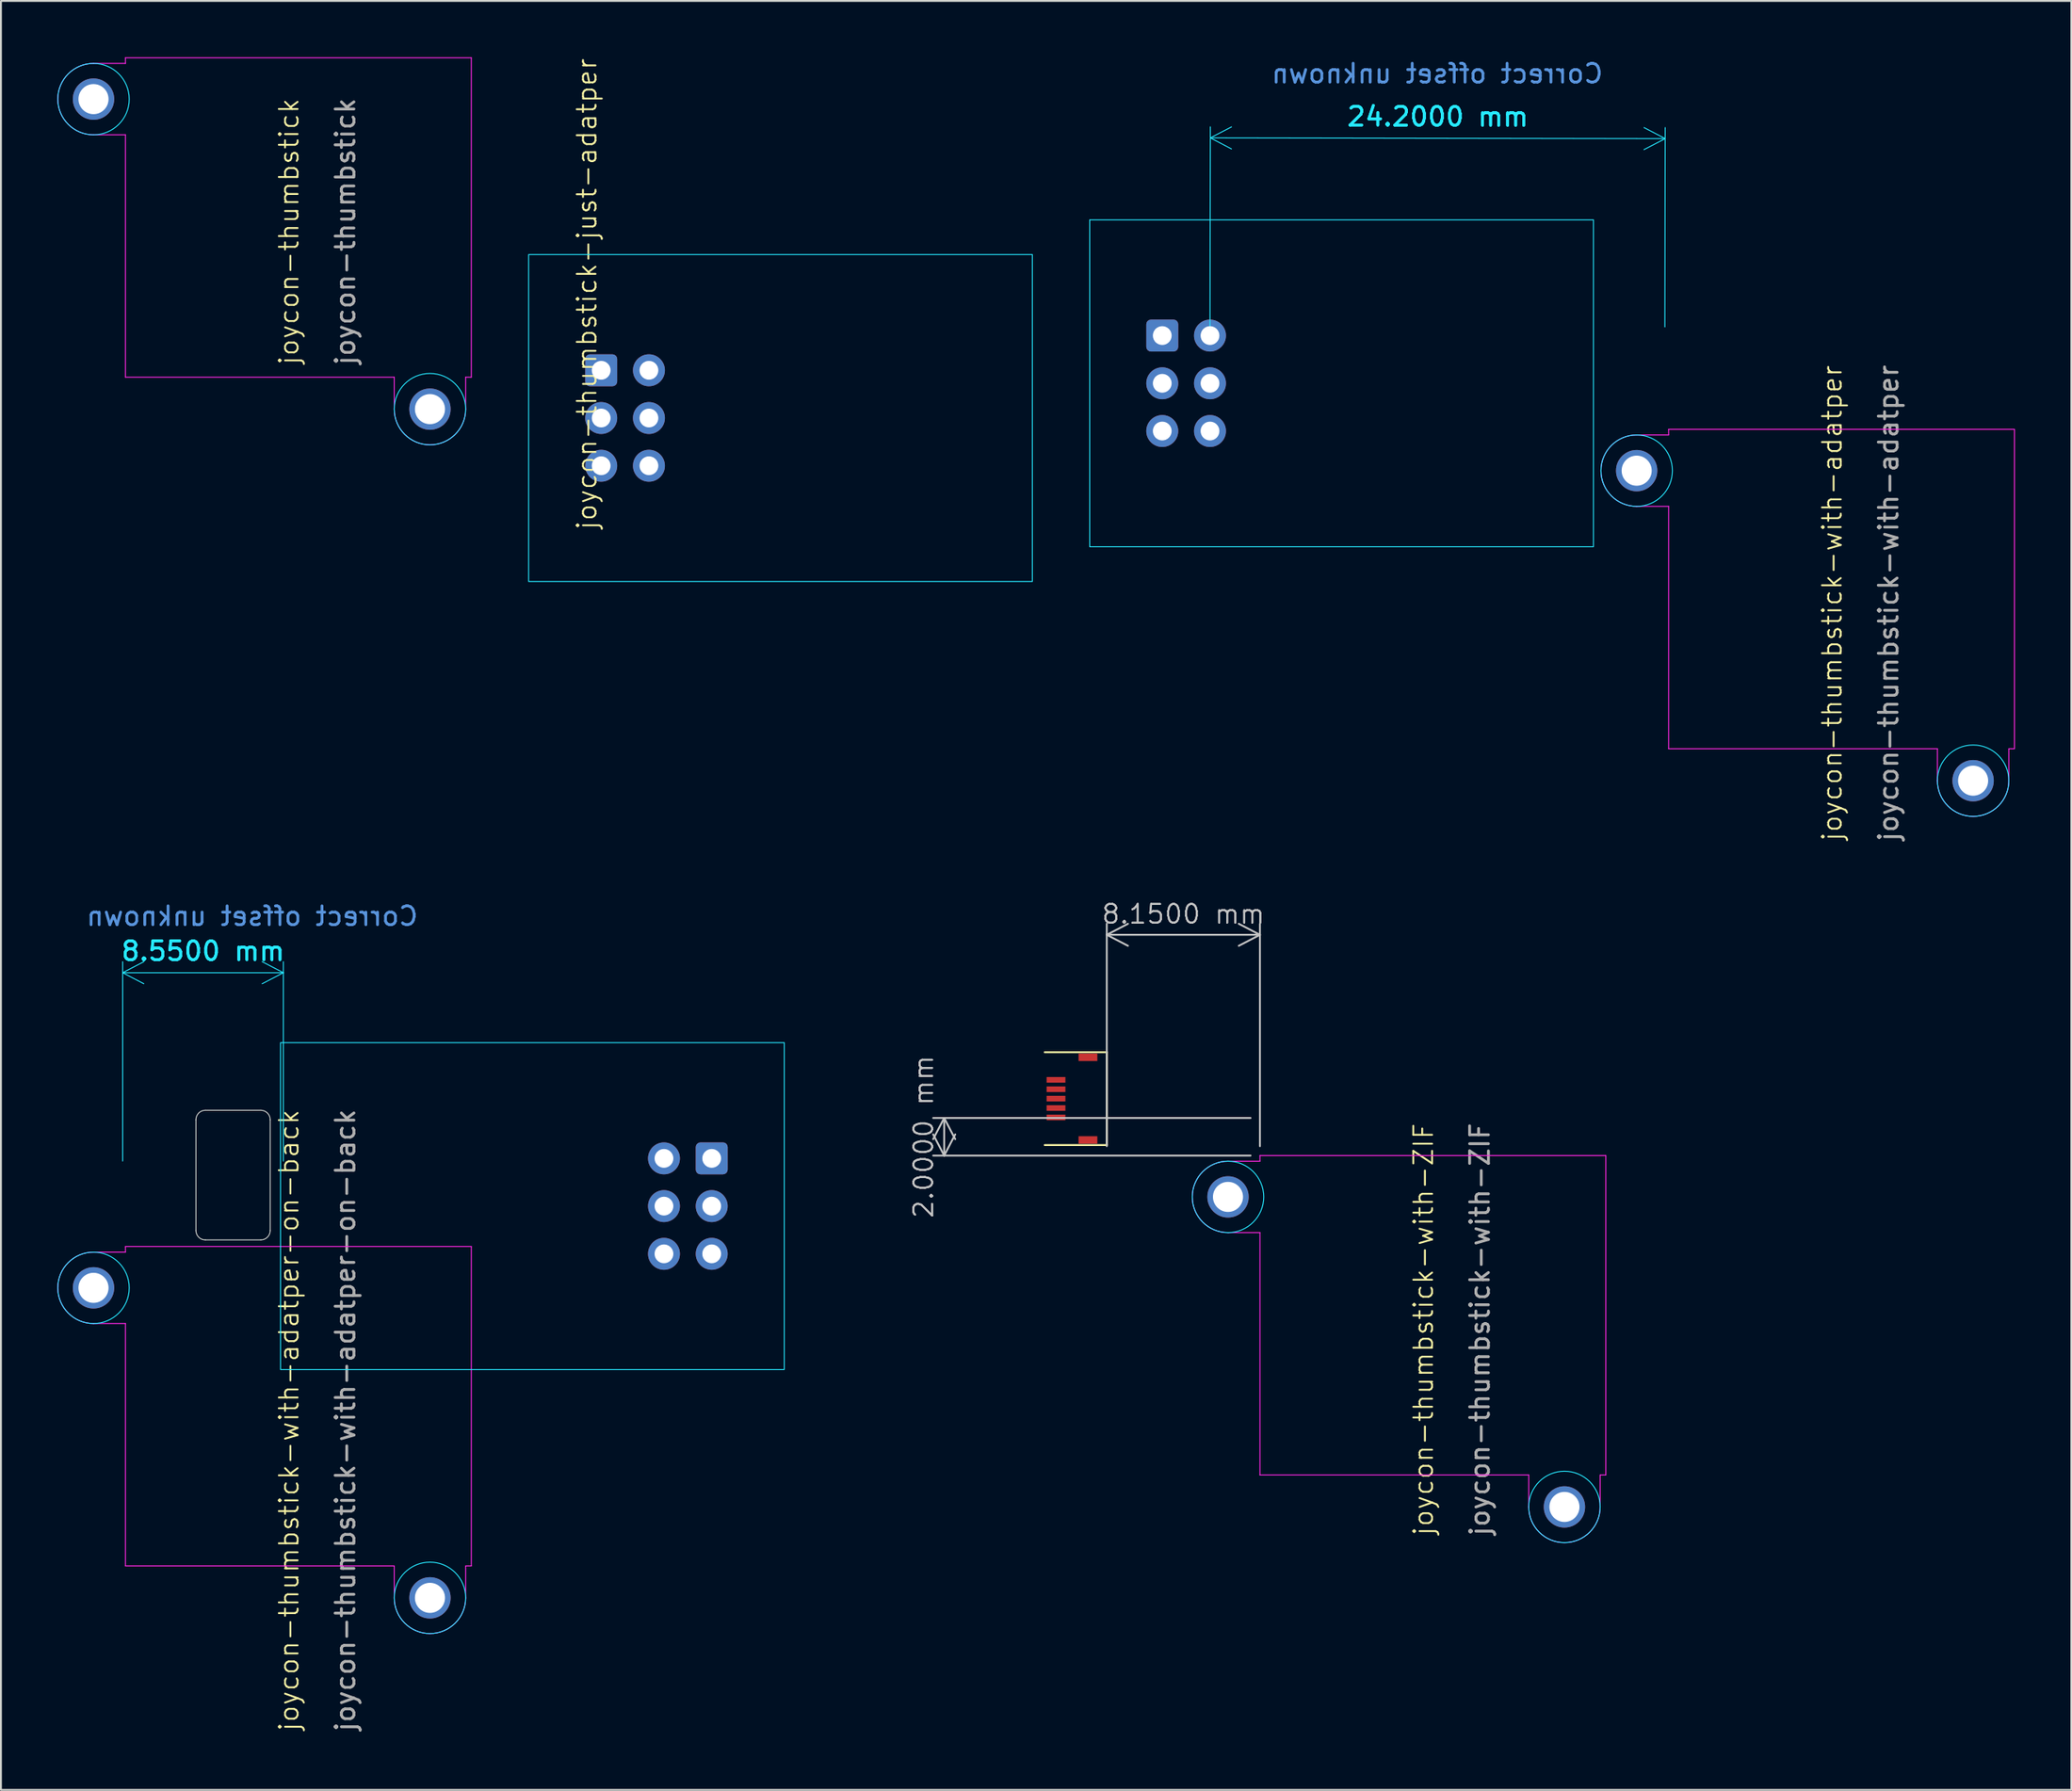
<source format=kicad_pcb>
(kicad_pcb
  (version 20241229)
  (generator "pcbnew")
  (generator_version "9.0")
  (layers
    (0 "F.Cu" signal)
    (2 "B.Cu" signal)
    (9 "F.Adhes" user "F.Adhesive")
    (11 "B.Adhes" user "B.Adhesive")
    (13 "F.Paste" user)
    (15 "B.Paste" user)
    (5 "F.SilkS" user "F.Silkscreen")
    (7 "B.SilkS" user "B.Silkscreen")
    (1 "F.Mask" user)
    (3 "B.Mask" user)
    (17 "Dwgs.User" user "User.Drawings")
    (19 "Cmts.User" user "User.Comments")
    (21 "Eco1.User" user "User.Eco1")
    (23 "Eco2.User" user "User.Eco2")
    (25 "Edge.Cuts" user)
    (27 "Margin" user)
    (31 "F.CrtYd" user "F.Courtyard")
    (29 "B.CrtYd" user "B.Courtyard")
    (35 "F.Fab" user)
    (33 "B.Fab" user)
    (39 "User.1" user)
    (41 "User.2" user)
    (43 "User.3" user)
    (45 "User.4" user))
  (footprint "joycon-thumbstick-with-adatper-on-back"
    (layer "F.Cu")
    (at 11.025 74.342)
    (property "Reference" "joycon-thumbstick-with-adatper-on-back" (at 1.3 -1.8 90) (unlocked yes) (layer "F.SilkS") (effects (font (size 1 1) (thickness 0.1))))
    (attr smd)
    (fp_line (start -3.65 -11.9) (end -3.65 -17.8) (stroke (width 0.05) (type default)) (layer "Edge.Cuts"))
    (fp_line (start -3.15 -18.3) (end -0.2 -18.3) (stroke (width 0.05) (type default)) (layer "Edge.Cuts"))
    (fp_line (start -0.2 -11.4) (end -3.15 -11.4) (stroke (width 0.05) (type default)) (layer "Edge.Cuts"))
    (fp_line (start 0.3 -17.8) (end 0.3 -11.9) (stroke (width 0.05) (type default)) (layer "Edge.Cuts"))
    (fp_arc (start -3.65 -17.8) (mid -3.503553 -18.153553) (end -3.15 -18.3) (stroke (width 0.05) (type default)) (layer "Edge.Cuts"))
    (fp_arc (start -3.15 -11.4) (mid -3.503553 -11.546447) (end -3.65 -11.9) (stroke (width 0.05) (type default)) (layer "Edge.Cuts"))
    (fp_arc (start -0.2 -18.3) (mid 0.153553 -18.153553) (end 0.3 -17.8) (stroke (width 0.05) (type default)) (layer "Edge.Cuts"))
    (fp_arc (start 0.3 -11.9) (mid 0.153553 -11.546447) (end -0.2 -11.4) (stroke (width 0.05) (type default)) (layer "Edge.Cuts"))
    (fp_rect (start 27.65 -21.9) (end 0.85 -4.5) (stroke (width 0.05) (type default)) (fill no) (layer "B.CrtYd"))
    (fp_circle (center -9.1 -8.85) (end -9.1 -10.75) (stroke (width 0.05) (type default)) (fill no) (layer "B.CrtYd"))
    (fp_circle (center 8.8 7.65) (end 8.8 5.75) (stroke (width 0.05) (type default)) (fill no) (layer "B.CrtYd"))
    (fp_line (start -9.1 -10.75) (end -7.4 -10.75) (stroke (width 0.05) (type default)) (layer "F.CrtYd"))
    (fp_line (start -9.1 -6.95) (end -7.4 -6.95) (stroke (width 0.05) (type default)) (layer "F.CrtYd"))
    (fp_line (start -7.4 -11.05) (end 11 -11.05) (stroke (width 0.05) (type default)) (layer "F.CrtYd"))
    (fp_line (start -7.4 -10.75) (end -7.4 -11.05) (stroke (width 0.05) (type default)) (layer "F.CrtYd"))
    (fp_line (start -7.4 5.95) (end -7.4 -6.95) (stroke (width 0.05) (type default)) (layer "F.CrtYd"))
    (fp_line (start 6.9 5.95) (end -7.4 5.95) (stroke (width 0.05) (type default)) (layer "F.CrtYd"))
    (fp_line (start 6.9 5.95) (end 6.9 7.65) (stroke (width 0.05) (type default)) (layer "F.CrtYd"))
    (fp_line (start 10.7 7.65) (end 10.7 5.95) (stroke (width 0.05) (type default)) (layer "F.CrtYd"))
    (fp_line (start 11 -11.05) (end 11 5.95) (stroke (width 0.05) (type default)) (layer "F.CrtYd"))
    (fp_line (start 11 5.95) (end 10.7 5.95) (stroke (width 0.05) (type default)) (layer "F.CrtYd"))
    (fp_arc (start -9.1 -6.95) (mid -11 -8.85) (end -9.1 -10.75) (stroke (width 0.05) (type default)) (layer "F.CrtYd"))
    (fp_arc (start 10.7 7.65) (mid 8.8 9.55) (end 6.9 7.65) (stroke (width 0.05) (type default)) (layer "F.CrtYd"))
    (fp_line (start 24.11 -16.06) (end 24.11 -15.42) (stroke (width 0.1) (type solid)) (layer "B.Fab"))
    (fp_line (start 24.11 -13.52) (end 24.11 -12.88) (stroke (width 0.1) (type solid)) (layer "B.Fab"))
    (fp_line (start 24.11 -10.98) (end 24.11 -10.34) (stroke (width 0.1) (type solid)) (layer "B.Fab"))
    (fp_text user "Correct offset unknown" (at 8.25 -28.05 0) (unlocked yes) (layer "Cmts.User") (effects (font (size 1 1) (thickness 0.15)) (justify left bottom mirror)))
    (fp_text user "${REFERENCE}" (at 4.3 -1.8 90) (unlocked yes) (layer "F.Fab") (effects (font (size 1 1) (thickness 0.15))))
    (dimension (type aligned) (layer "B.CrtYd") (pts (xy 3.475 59.242) (xy 12.025 59.242)) (height -10.522) (format (prefix "") (suffix "") (units 3) (units_format 1) (precision 4)) (style (thickness 0.05) (arrow_length 1.27) (text_position_mode 0) (arrow_direction outward) (extension_height 0.586) (extension_offset 0.5) (keep_text_aligned yes)) (gr_text "8.5500 mm" (at 7.75 47.57 0) (layer "B.CrtYd") (effects (font (size 1 1) (thickness 0.15)))))
    (pad "" np_thru_hole circle (at -9.1 -8.85 90) (size 2.2 2.2) (drill 1.6) (layers "*.Cu" "*.Mask"))
    (pad "" np_thru_hole circle (at 8.8 7.65 180) (size 2.2 2.2) (drill 1.6) (layers "*.Cu" "*.Mask"))
    (pad "1" thru_hole roundrect (at 23.79 -15.74) (size 1.7 1.7) (drill 1) (layers "*.Cu" "*.Mask") (roundrect_rratio 0.147))
    (pad "2" thru_hole circle (at 21.25 -15.74) (size 1.7 1.7) (drill 1) (layers "*.Cu" "*.Mask"))
    (pad "3" thru_hole circle (at 23.79 -13.2) (size 1.7 1.7) (drill 1) (layers "*.Cu" "*.Mask"))
    (pad "4" thru_hole circle (at 21.25 -13.2) (size 1.7 1.7) (drill 1) (layers "*.Cu" "*.Mask"))
    (pad "5" thru_hole circle (at 23.79 -10.66) (size 1.7 1.7) (drill 1) (layers "*.Cu" "*.Mask"))
    (pad "6" thru_hole circle (at 21.25 -10.66) (size 1.7 1.7) (drill 1) (layers "*.Cu" "*.Mask")))
  (footprint "joycon-thumbstick-just-adatper"
    (layer "F.Cu")
    (at 28.875 16.698)
    (property "Reference" "joycon-thumbstick-just-adatper" (at -0.7 -4.1 90) (unlocked yes) (layer "F.SilkS") (effects (font (size 1 1) (thickness 0.1))))
    (attr smd)
    (fp_rect (start -3.8 -6.2) (end 23 11.2) (stroke (width 0.05) (type default)) (fill no) (layer "B.CrtYd"))
    (fp_line (start -0.26 -0.36) (end -0.26 0.28) (stroke (width 0.1) (type solid)) (layer "F.Fab"))
    (fp_line (start -0.26 2.18) (end -0.26 2.82) (stroke (width 0.1) (type solid)) (layer "F.Fab"))
    (fp_line (start -0.26 4.72) (end -0.26 5.36) (stroke (width 0.1) (type solid)) (layer "F.Fab"))
    (pad "1" thru_hole roundrect (at 0.06 -0.04) (size 1.7 1.7) (drill 1) (layers "*.Cu" "*.Mask") (roundrect_rratio 0.147))
    (pad "2" thru_hole circle (at 2.6 -0.04) (size 1.7 1.7) (drill 1) (layers "*.Cu" "*.Mask"))
    (pad "3" thru_hole circle (at 0.06 2.5) (size 1.7 1.7) (drill 1) (layers "*.Cu" "*.Mask"))
    (pad "4" thru_hole circle (at 2.6 2.5) (size 1.7 1.7) (drill 1) (layers "*.Cu" "*.Mask"))
    (pad "5" thru_hole circle (at 0.06 5.04) (size 1.7 1.7) (drill 1) (layers "*.Cu" "*.Mask"))
    (pad "6" thru_hole circle (at 2.6 5.04) (size 1.7 1.7) (drill 1) (layers "*.Cu" "*.Mask")))
  (footprint "joycon-thumbstick"
    (layer "F.Cu")
    (at 12.125 12.175)
    (property "Reference" "joycon-thumbstick" (at 0.2 -2.9 90) (unlocked yes) (layer "F.SilkS") (effects (font (size 1 1) (thickness 0.1))))
    (attr smd)
    (fp_circle (center -10.2 -9.95) (end -10.2 -11.85) (stroke (width 0.05) (type default)) (fill no) (layer "B.CrtYd"))
    (fp_circle (center 7.7 6.55) (end 7.7 4.65) (stroke (width 0.05) (type default)) (fill no) (layer "B.CrtYd"))
    (fp_line (start -10.2 -11.85) (end -8.5 -11.85) (stroke (width 0.05) (type default)) (layer "F.CrtYd"))
    (fp_line (start -8.5 -12.15) (end 9.9 -12.15) (stroke (width 0.05) (type default)) (layer "F.CrtYd"))
    (fp_line (start -8.5 -11.85) (end -8.5 -12.15) (stroke (width 0.05) (type default)) (layer "F.CrtYd"))
    (fp_line (start -8.5 -8.05) (end -10.2 -8.05) (stroke (width 0.05) (type default)) (layer "F.CrtYd"))
    (fp_line (start -8.5 4.85) (end -8.5 -8.05) (stroke (width 0.05) (type default)) (layer "F.CrtYd"))
    (fp_line (start 5.8 4.85) (end -8.5 4.85) (stroke (width 0.05) (type default)) (layer "F.CrtYd"))
    (fp_line (start 5.8 4.85) (end 5.8 6.55) (stroke (width 0.05) (type default)) (layer "F.CrtYd"))
    (fp_line (start 9.6 4.85) (end 9.9 4.85) (stroke (width 0.05) (type default)) (layer "F.CrtYd"))
    (fp_line (start 9.6 6.55) (end 9.6 4.85) (stroke (width 0.05) (type default)) (layer "F.CrtYd"))
    (fp_line (start 9.9 -12.15) (end 9.9 4.85) (stroke (width 0.05) (type default)) (layer "F.CrtYd"))
    (fp_arc (start -10.2 -8.05) (mid -12.1 -9.95) (end -10.2 -11.85) (stroke (width 0.05) (type default)) (layer "F.CrtYd"))
    (fp_arc (start 9.6 6.55) (mid 7.7 8.45) (end 5.8 6.55) (stroke (width 0.05) (type default)) (layer "F.CrtYd"))
    (fp_text user "${REFERENCE}" (at 3.2 -2.9 90) (unlocked yes) (layer "F.Fab") (effects (font (size 1 1) (thickness 0.15))))
    (pad "" np_thru_hole circle (at -10.2 -9.95 90) (size 2.2 2.2) (drill 1.6) (layers "*.Cu" "*.Mask"))
    (pad "" np_thru_hole circle (at 7.7 6.55 180) (size 2.2 2.2) (drill 1.6) (layers "*.Cu" "*.Mask")))
  (footprint "joycon-thumbstick-with-adatper"
    (layer "F.Cu")
    (at 93.125 30.85)
    (property "Reference" "joycon-thumbstick-with-adatper" (at 1.3 -1.8 90) (unlocked yes) (layer "F.SilkS") (effects (font (size 1 1) (thickness 0.1))))
    (attr smd)
    (fp_rect (start -38.2 -22.2) (end -11.4 -4.8) (stroke (width 0.05) (type default)) (fill no) (layer "B.CrtYd"))
    (fp_circle (center -9.1 -8.85) (end -9.1 -10.75) (stroke (width 0.05) (type default)) (fill no) (layer "B.CrtYd"))
    (fp_circle (center 8.8 7.65) (end 8.8 5.75) (stroke (width 0.05) (type default)) (fill no) (layer "B.CrtYd"))
    (fp_line (start -9.1 -10.75) (end -7.4 -10.75) (stroke (width 0.05) (type default)) (layer "F.CrtYd"))
    (fp_line (start -9.1 -6.95) (end -7.4 -6.95) (stroke (width 0.05) (type default)) (layer "F.CrtYd"))
    (fp_line (start -7.4 -11.05) (end 11 -11.05) (stroke (width 0.05) (type default)) (layer "F.CrtYd"))
    (fp_line (start -7.4 -10.75) (end -7.4 -11.05) (stroke (width 0.05) (type default)) (layer "F.CrtYd"))
    (fp_line (start -7.4 5.95) (end -7.4 -6.95) (stroke (width 0.05) (type default)) (layer "F.CrtYd"))
    (fp_line (start 6.9 5.95) (end -7.4 5.95) (stroke (width 0.05) (type default)) (layer "F.CrtYd"))
    (fp_line (start 6.9 5.95) (end 6.9 7.65) (stroke (width 0.05) (type default)) (layer "F.CrtYd"))
    (fp_line (start 10.7 7.65) (end 10.7 5.95) (stroke (width 0.05) (type default)) (layer "F.CrtYd"))
    (fp_line (start 11 -11.05) (end 11 5.95) (stroke (width 0.05) (type default)) (layer "F.CrtYd"))
    (fp_line (start 11 5.95) (end 10.7 5.95) (stroke (width 0.05) (type default)) (layer "F.CrtYd"))
    (fp_arc (start -9.1 -6.95) (mid -11 -8.85) (end -9.1 -10.75) (stroke (width 0.05) (type default)) (layer "F.CrtYd"))
    (fp_arc (start 10.7 7.65) (mid 8.8 9.55) (end 6.9 7.65) (stroke (width 0.05) (type default)) (layer "F.CrtYd"))
    (fp_line (start -34.66 -16.36) (end -34.66 -15.72) (stroke (width 0.1) (type solid)) (layer "F.Fab"))
    (fp_line (start -34.66 -13.82) (end -34.66 -13.18) (stroke (width 0.1) (type solid)) (layer "F.Fab"))
    (fp_line (start -34.66 -11.28) (end -34.66 -10.64) (stroke (width 0.1) (type solid)) (layer "F.Fab"))
    (fp_text user "Correct offset unknown" (at -10.8 -29.4 0) (unlocked yes) (layer "Cmts.User") (effects (font (size 1 1) (thickness 0.15)) (justify left bottom mirror)))
    (fp_text user "${REFERENCE}" (at 4.3 -1.8 90) (unlocked yes) (layer "F.Fab") (effects (font (size 1 1) (thickness 0.15))))
    (dimension (type aligned) (layer "B.CrtYd") (pts (xy 61.325 14.81) (xy 85.525 14.85)) (height -10.522) (format (prefix "") (suffix "") (units 3) (units_format 1) (precision 4)) (style (thickness 0.05) (arrow_length 1.27) (text_position_mode 0) (arrow_direction outward) (extension_height 0.586) (extension_offset 0.5) (keep_text_aligned yes)) (gr_text "24.2000 mm" (at 73.444 3.158 359.905) (layer "B.CrtYd") (effects (font (size 1 1) (thickness 0.15)))))
    (pad "" np_thru_hole circle (at -9.1 -8.85 90) (size 2.2 2.2) (drill 1.6) (layers "*.Cu" "*.Mask"))
    (pad "" np_thru_hole circle (at 8.8 7.65 180) (size 2.2 2.2) (drill 1.6) (layers "*.Cu" "*.Mask"))
    (pad "1" thru_hole roundrect (at -34.34 -16.04) (size 1.7 1.7) (drill 1) (layers "*.Cu" "*.Mask") (roundrect_rratio 0.147))
    (pad "2" thru_hole circle (at -31.8 -16.04) (size 1.7 1.7) (drill 1) (layers "*.Cu" "*.Mask"))
    (pad "3" thru_hole circle (at -34.34 -13.5) (size 1.7 1.7) (drill 1) (layers "*.Cu" "*.Mask"))
    (pad "4" thru_hole circle (at -31.8 -13.5) (size 1.7 1.7) (drill 1) (layers "*.Cu" "*.Mask"))
    (pad "5" thru_hole circle (at -34.34 -10.96) (size 1.7 1.7) (drill 1) (layers "*.Cu" "*.Mask"))
    (pad "6" thru_hole circle (at -31.8 -10.96) (size 1.7 1.7) (drill 1) (layers "*.Cu" "*.Mask")))
  (footprint "joycon-thumbstick-with-ZIF"
    (layer "F.Cu")
    (at 72.483 70.602)
    (property "Reference" "joycon-thumbstick-with-ZIF" (at 0.2 -2.9 90) (unlocked yes) (layer "F.SilkS") (effects (font (size 1 1) (thickness 0.1))))
    (attr smd)
    (fp_line (start -16.65 -17.65) (end -19.95 -17.65) (stroke (width 0.1) (type default)) (layer "F.SilkS"))
    (fp_line (start -16.65 -17.65) (end -16.65 -12.71) (stroke (width 0.1) (type default)) (layer "F.SilkS"))
    (fp_line (start -16.65 -12.71) (end -19.95 -12.71) (stroke (width 0.1) (type default)) (layer "F.SilkS"))
    (fp_circle (center -10.2 -9.95) (end -10.2 -11.85) (stroke (width 0.05) (type default)) (fill no) (layer "B.CrtYd"))
    (fp_circle (center 7.7 6.55) (end 7.7 4.65) (stroke (width 0.05) (type default)) (fill no) (layer "B.CrtYd"))
    (fp_line (start -10.2 -11.85) (end -8.5 -11.85) (stroke (width 0.05) (type default)) (layer "F.CrtYd"))
    (fp_line (start -8.5 -12.15) (end 9.9 -12.15) (stroke (width 0.05) (type default)) (layer "F.CrtYd"))
    (fp_line (start -8.5 -11.85) (end -8.5 -12.15) (stroke (width 0.05) (type default)) (layer "F.CrtYd"))
    (fp_line (start -8.5 -8.05) (end -10.2 -8.05) (stroke (width 0.05) (type default)) (layer "F.CrtYd"))
    (fp_line (start -8.5 4.85) (end -8.5 -8.05) (stroke (width 0.05) (type default)) (layer "F.CrtYd"))
    (fp_line (start 5.8 4.85) (end -8.5 4.85) (stroke (width 0.05) (type default)) (layer "F.CrtYd"))
    (fp_line (start 5.8 4.85) (end 5.8 6.55) (stroke (width 0.05) (type default)) (layer "F.CrtYd"))
    (fp_line (start 9.6 4.85) (end 9.9 4.85) (stroke (width 0.05) (type default)) (layer "F.CrtYd"))
    (fp_line (start 9.6 6.55) (end 9.6 4.85) (stroke (width 0.05) (type default)) (layer "F.CrtYd"))
    (fp_line (start 9.9 -12.15) (end 9.9 4.85) (stroke (width 0.05) (type default)) (layer "F.CrtYd"))
    (fp_arc (start -10.2 -8.05) (mid -12.1 -9.95) (end -10.2 -11.85) (stroke (width 0.05) (type default)) (layer "F.CrtYd"))
    (fp_arc (start 9.6 6.55) (mid 7.7 8.45) (end 5.8 6.55) (stroke (width 0.05) (type default)) (layer "F.CrtYd"))
    (fp_text user "${REFERENCE}" (at 3.2 -2.9 90) (unlocked yes) (layer "F.Fab") (effects (font (size 1 1) (thickness 0.15))))
    (dimension (type aligned) (layer "Dwgs.User") (pts (xy 63.983 58.452) (xy 63.983 56.452)) (height -16.8) (format (prefix "") (suffix "") (units 3) (units_format 1) (precision 4)) (style (thickness 0.1) (arrow_length 1.27) (text_position_mode 0) (arrow_direction outward) (extension_height 0.586) (extension_offset 0.5) (keep_text_aligned yes)) (gr_text "2.0000 mm" (at 46.083 57.452 90) (layer "Dwgs.User") (effects (font (size 1 1) (thickness 0.1)))))
    (dimension (type aligned) (layer "Dwgs.User") (pts (xy 63.983 58.452) (xy 55.833 58.452)) (height 11.75) (format (prefix "") (suffix "") (units 3) (units_format 1) (precision 4)) (style (thickness 0.1) (arrow_length 1.27) (text_position_mode 0) (arrow_direction outward) (extension_height 0.586) (extension_offset 0.5) (keep_text_aligned yes)) (gr_text "8.1500 mm" (at 59.908 45.602 0) (layer "Dwgs.User") (effects (font (size 1 1) (thickness 0.1)))))
    (pad "" smd rect (at -17.65 -17.38) (size 1 0.4) (layers "F.Cu" "F.Mask" "F.Paste"))
    (pad "" smd rect (at -17.65 -12.98) (size 1 0.4) (layers "F.Cu" "F.Mask" "F.Paste"))
    (pad "" np_thru_hole circle (at -10.2 -9.95 90) (size 2.2 2.2) (drill 1.6) (layers "*.Cu" "*.Mask"))
    (pad "" np_thru_hole circle (at 7.7 6.55 180) (size 2.2 2.2) (drill 1.6) (layers "*.Cu" "*.Mask"))
    (pad "1" smd rect (at -19.35 -14.18) (size 1 0.3) (layers "F.Cu" "F.Mask" "F.Paste"))
    (pad "2" smd rect (at -19.35 -14.68) (size 1 0.3) (layers "F.Cu" "F.Mask" "F.Paste"))
    (pad "3" smd rect (at -19.35 -15.18) (size 1 0.3) (layers "F.Cu" "F.Mask" "F.Paste"))
    (pad "4" smd rect (at -19.35 -15.68) (size 1 0.3) (layers "F.Cu" "F.Mask" "F.Paste"))
    (pad "5" smd rect (at -19.35 -16.18) (size 1 0.3) (layers "F.Cu" "F.Mask" "F.Paste")))
  (gr_rect
    (start -3 -3)
    (end 107.15 92.214)
    (stroke (width 0.1) (type default))
    (fill no)
    (layer "Edge.Cuts")))
</source>
